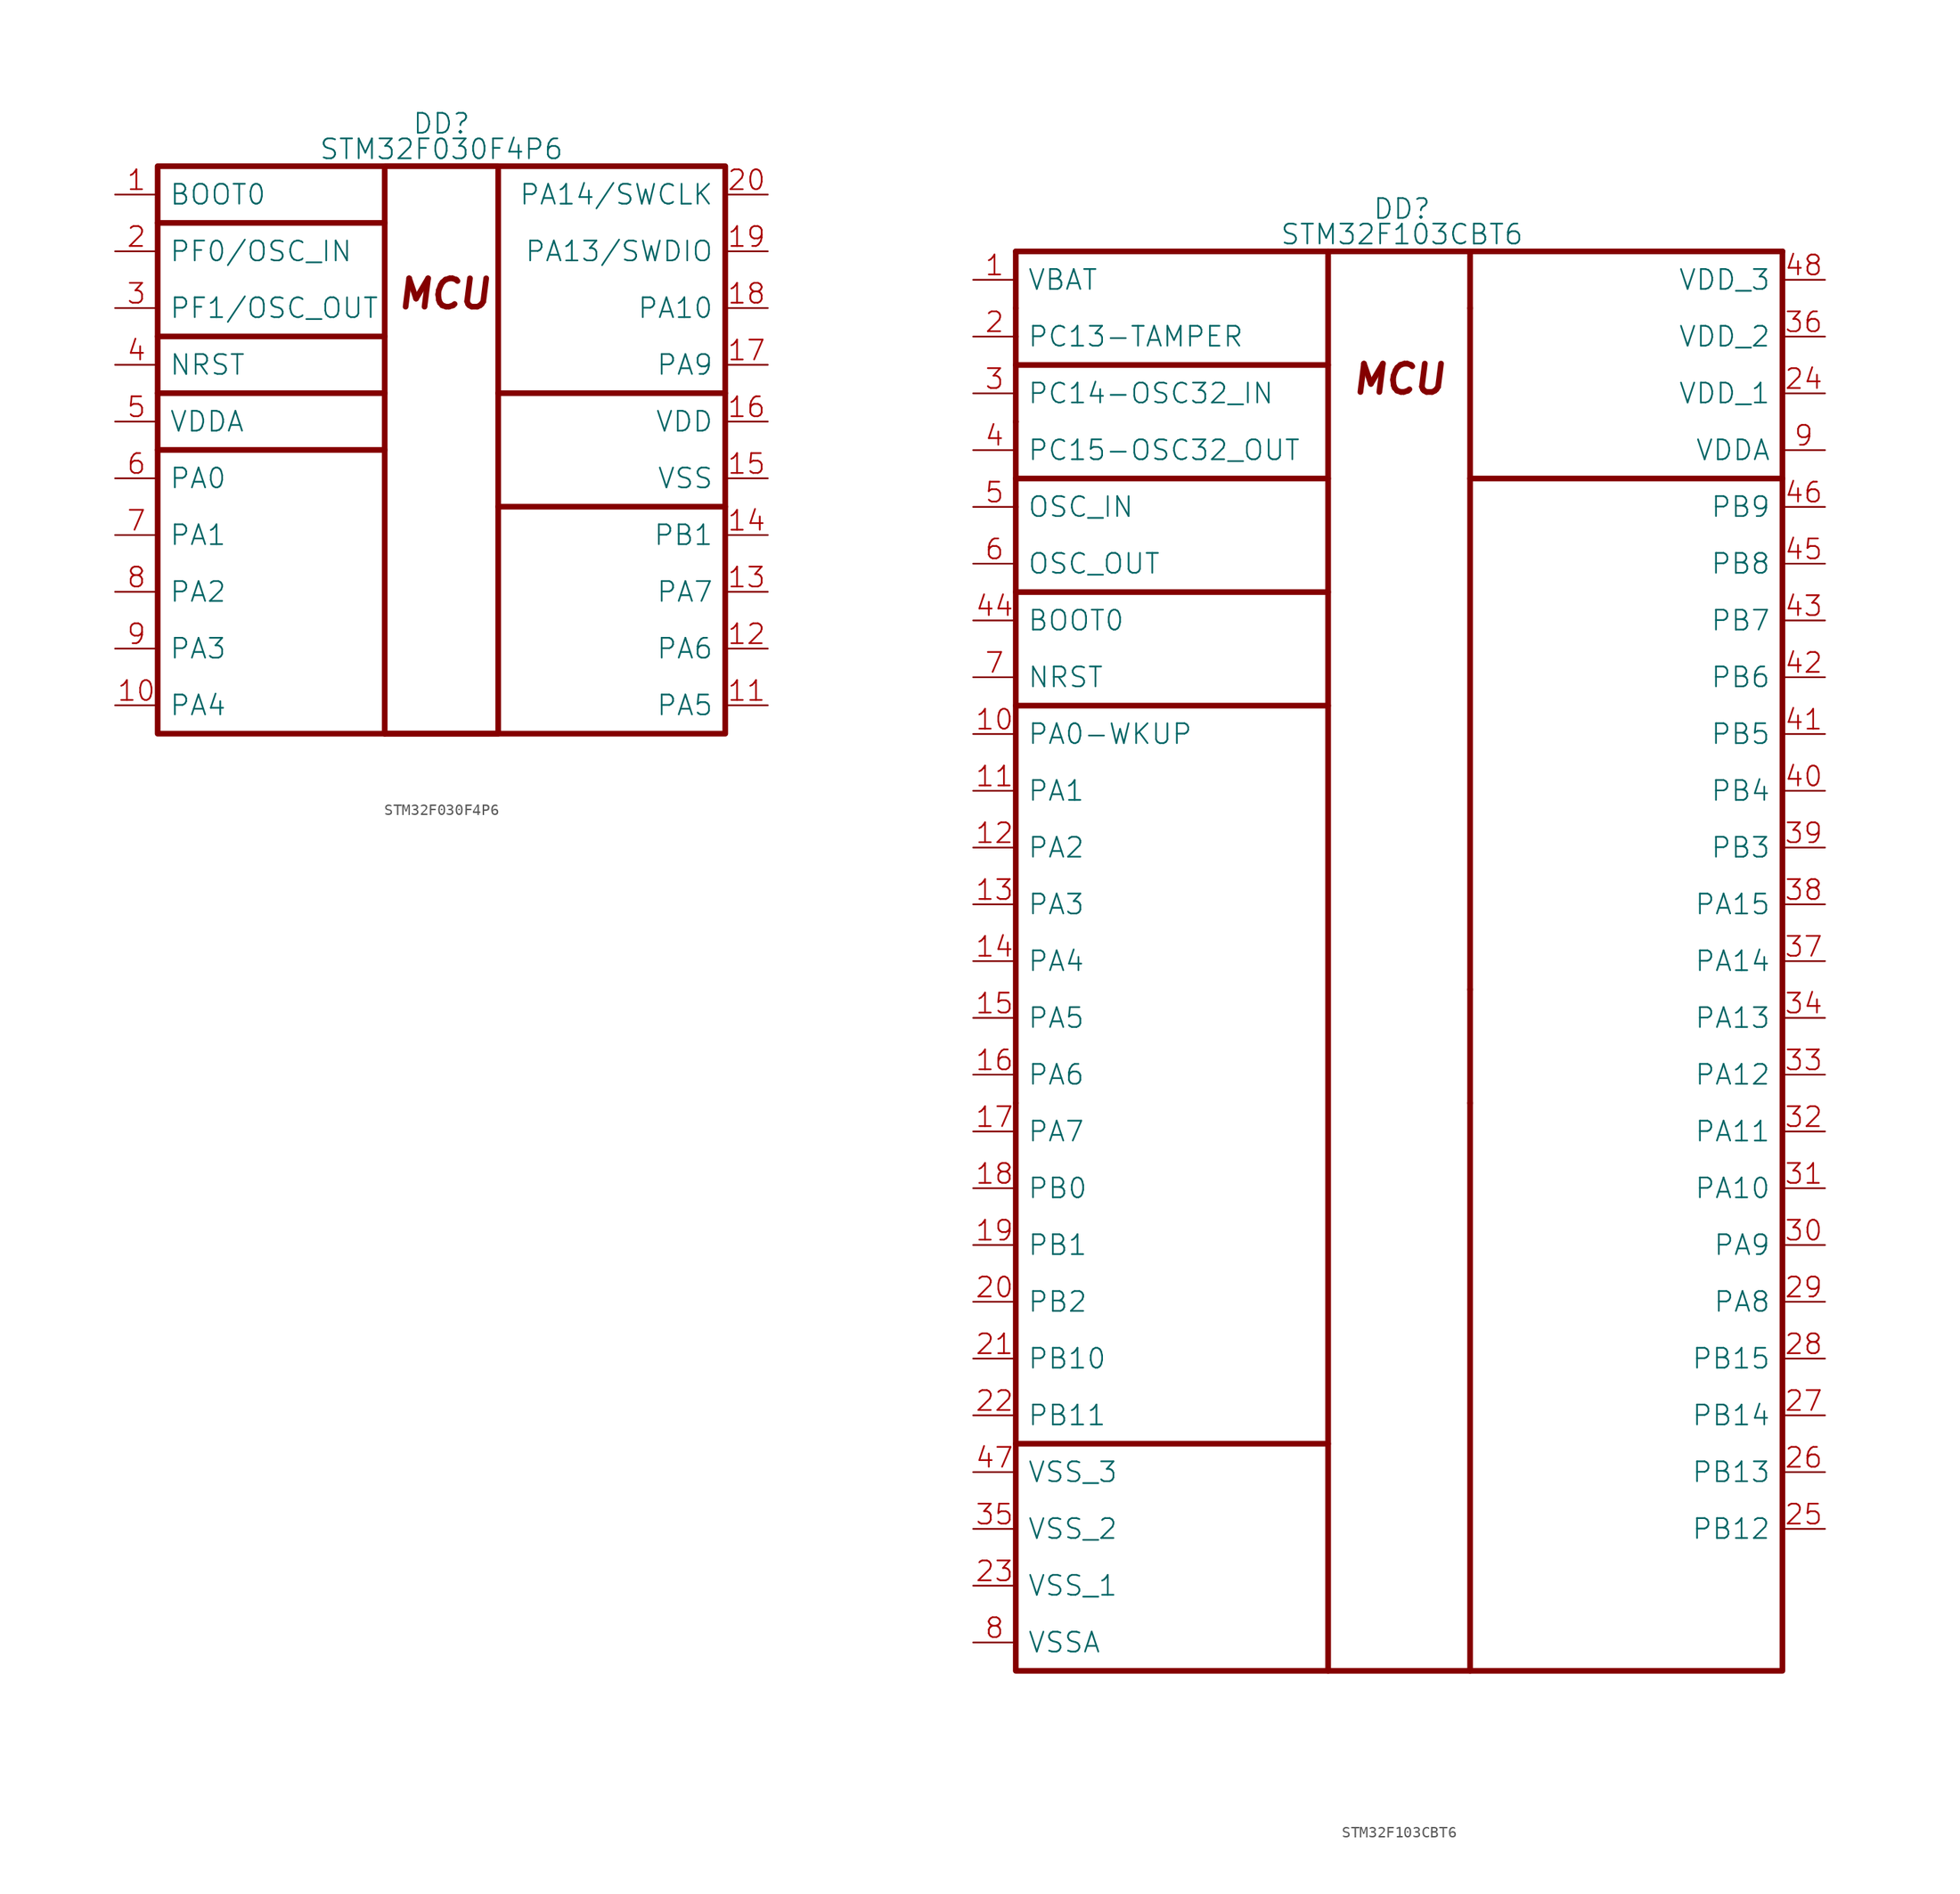
<source format=kicad_sym>
(kicad_symbol_lib
  (version 20211014)
  (generator kicad_symbol_editor)
  (symbol "STM32F030F4P6"
    (pin_names
      (offset 1.016))
    (property "Reference" "DD"
      (at 0 3.81 0)
      (effects (font (size 1.778 1.778))))
    (property "Value" "STM32F030F4P6"
      (at 0 1.524 0)
      (effects (font (size 1.778 1.778))))
    (symbol "STM32F030F4P6_0_1"
      (rectangle (start -25.4 0) (end 25.4 -50.8) (stroke (width 0.508) (type default) (color 0 0 0 0)) (fill (type none)))
      (rectangle (start -5.08 -50.8) (end -5.08 -50.8) (stroke (width 0.508) (type default) (color 0 0 0 0)) (fill (type none)))
      (polyline (pts (xy -25.4 -25.4) (xy -5.08 -25.4)) (stroke (width 0.508) (type default) (color 0 0 0 0)) (fill (type none)))
      (polyline (pts (xy -25.4 -15.24) (xy -5.08 -15.24)) (stroke (width 0.508) (type default) (color 0 0 0 0)) (fill (type none)))
      (polyline (pts (xy -25.4 -5.08) (xy -5.08 -5.08)) (stroke (width 0.508) (type default) (color 0 0 0 0)) (fill (type none)))
      (polyline (pts (xy -5.08 -20.32) (xy -25.4 -20.32)) (stroke (width 0.508) (type default) (color 0 0 0 0)) (fill (type none)))
      (polyline (pts (xy 25.4 -30.48) (xy 5.08 -30.48)) (stroke (width 0.508) (type default) (color 0 0 0 0)) (fill (type none)))
      (polyline (pts (xy 25.4 -20.32) (xy 5.08 -20.32)) (stroke (width 0.508) (type default) (color 0 0 0 0)) (fill (type none)))
      (rectangle (start 5.08 0) (end -5.08 -50.8) (stroke (width 0.508) (type default) (color 0 0 0 0)) (fill (type none)))
      (pin input line (at -29.21 -2.54 0) (length 3.81) (name "BOOT0" (effects (font (size 1.778 1.778)))) (number "1" (effects (font (size 1.778 1.778))))))
    (symbol "STM32F030F4P6_1_1"
      (text "MCU" (at 0.254 -11.43 0) (effects (font (size 2.54 2.54) bold italic)))
      (pin bidirectional line (at -29.21 -48.26 0) (length 3.81) (name "PA4" (effects (font (size 1.778 1.778)))) (number "10" (effects (font (size 1.778 1.778)))))
      (pin bidirectional line (at 29.21 -48.26 180) (length 3.81) (name "PA5" (effects (font (size 1.778 1.778)))) (number "11" (effects (font (size 1.778 1.778)))))
      (pin bidirectional line (at 29.21 -43.18 180) (length 3.81) (name "PA6" (effects (font (size 1.778 1.778)))) (number "12" (effects (font (size 1.778 1.778)))))
      (pin bidirectional line (at 29.21 -38.1 180) (length 3.81) (name "PA7" (effects (font (size 1.778 1.778)))) (number "13" (effects (font (size 1.778 1.778)))))
      (pin bidirectional line (at 29.21 -33.02 180) (length 3.81) (name "PB1" (effects (font (size 1.778 1.778)))) (number "14" (effects (font (size 1.778 1.778)))))
      (pin power_in line (at 29.21 -27.94 180) (length 3.81) (name "VSS" (effects (font (size 1.778 1.778)))) (number "15" (effects (font (size 1.778 1.778)))))
      (pin power_in line (at 29.21 -22.86 180) (length 3.81) (name "VDD" (effects (font (size 1.778 1.778)))) (number "16" (effects (font (size 1.778 1.778)))))
      (pin bidirectional line (at 29.21 -17.78 180) (length 3.81) (name "PA9" (effects (font (size 1.778 1.778)))) (number "17" (effects (font (size 1.778 1.778)))))
      (pin bidirectional line (at 29.21 -12.7 180) (length 3.81) (name "PA10" (effects (font (size 1.778 1.778)))) (number "18" (effects (font (size 1.778 1.778)))))
      (pin bidirectional line (at 29.21 -7.62 180) (length 3.81) (name "PA13/SWDIO" (effects (font (size 1.778 1.778)))) (number "19" (effects (font (size 1.778 1.778)))))
      (pin bidirectional line (at -29.21 -7.62 0) (length 3.81) (name "PF0/OSC_IN" (effects (font (size 1.778 1.778)))) (number "2" (effects (font (size 1.778 1.778)))))
      (pin bidirectional line (at 29.21 -2.54 180) (length 3.81) (name "PA14/SWCLK" (effects (font (size 1.778 1.778)))) (number "20" (effects (font (size 1.778 1.778)))))
      (pin bidirectional line (at -29.21 -12.7 0) (length 3.81) (name "PF1/OSC_OUT" (effects (font (size 1.778 1.778)))) (number "3" (effects (font (size 1.778 1.778)))))
      (pin input line (at -29.21 -17.78 0) (length 3.81) (name "NRST" (effects (font (size 1.778 1.778)))) (number "4" (effects (font (size 1.778 1.778)))))
      (pin power_in line (at -29.21 -22.86 0) (length 3.81) (name "VDDA" (effects (font (size 1.778 1.778)))) (number "5" (effects (font (size 1.778 1.778)))))
      (pin bidirectional line (at -29.21 -27.94 0) (length 3.81) (name "PA0" (effects (font (size 1.778 1.778)))) (number "6" (effects (font (size 1.778 1.778)))))
      (pin bidirectional line (at -29.21 -33.02 0) (length 3.81) (name "PA1" (effects (font (size 1.778 1.778)))) (number "7" (effects (font (size 1.778 1.778)))))
      (pin bidirectional line (at -29.21 -38.1 0) (length 3.81) (name "PA2" (effects (font (size 1.778 1.778)))) (number "8" (effects (font (size 1.778 1.778)))))
      (pin bidirectional line (at -29.21 -43.18 0) (length 3.81) (name "PA3" (effects (font (size 1.778 1.778)))) (number "9" (effects (font (size 1.778 1.778)))))))
  (symbol "STM32F103CBT6"
    (pin_names
      (offset 1.016))
    (property "Reference" "DD"
      (at 81.534 41.91 0)
      (effects (font (size 1.778 1.778))))
    (property "Value" "STM32F103CBT6"
      (at 81.534 39.624 0)
      (effects (font (size 1.778 1.778))))
    (symbol "STM32F103CBT6_0_1"
      (polyline (pts (xy 46.99 -38.1) (xy 46.99 22.86)) (stroke (width 0.508) (type default) (color 0 0 0 0)) (fill (type none)))
      (polyline (pts (xy 46.99 -2.54) (xy 74.93 -2.54)) (stroke (width 0.508) (type default) (color 0 0 0 0)) (fill (type none)))
      (polyline (pts (xy 46.99 7.62) (xy 74.93 7.62)) (stroke (width 0.508) (type default) (color 0 0 0 0)) (fill (type none)))
      (polyline (pts (xy 46.99 15.24) (xy 46.99 15.24)) (stroke (width 0.508) (type default) (color 0 0 0 0)) (fill (type none)))
      (polyline (pts (xy 46.99 22.86) (xy 46.99 22.86)) (stroke (width 0.508) (type default) (color 0 0 0 0)) (fill (type none)))
      (polyline (pts (xy 46.99 22.86) (xy 46.99 33.02)) (stroke (width 0.508) (type default) (color 0 0 0 0)) (fill (type none)))
      (polyline (pts (xy 46.99 27.94) (xy 74.93 27.94)) (stroke (width 0.508) (type default) (color 0 0 0 0)) (fill (type none)))
      (polyline (pts (xy 46.99 30.48) (xy 46.99 30.48)) (stroke (width 0.508) (type default) (color 0 0 0 0)) (fill (type none)))
      (polyline (pts (xy 46.99 33.02) (xy 46.99 33.02)) (stroke (width 0) (type default) (color 0 0 0 0)) (fill (type none)))
      (polyline (pts (xy 46.99 38.1) (xy 46.99 33.02)) (stroke (width 0.508) (type default) (color 0 0 0 0)) (fill (type none)))
      (polyline (pts (xy 74.93 17.78) (xy 46.99 17.78)) (stroke (width 0.508) (type default) (color 0 0 0 0)) (fill (type none)))
      (polyline (pts (xy 87.63 -27.94) (xy 87.63 -38.1)) (stroke (width 0.508) (type default) (color 0 0 0 0)) (fill (type none)))
      (polyline (pts (xy 87.63 33.02) (xy 87.63 38.1)) (stroke (width 0.508) (type default) (color 0 0 0 0)) (fill (type none)))
      (polyline (pts (xy 115.57 17.78) (xy 87.63 17.78)) (stroke (width 0.508) (type default) (color 0 0 0 0)) (fill (type none)))
      (polyline (pts (xy 115.57 38.1) (xy 46.99 38.1)) (stroke (width 0.508) (type default) (color 0 0 0 0)) (fill (type none)))
      (polyline (pts (xy 115.57 38.1) (xy 115.57 38.1)) (stroke (width 0.508) (type default) (color 0 0 0 0)) (fill (type none)))
      (pin input line (at 43.18 35.56 0) (length 3.81) (name "VBAT" (effects (font (size 1.778 1.778)))) (number "1" (effects (font (size 1.778 1.778))))))
    (symbol "STM32F103CBT6_1_1"
      (polyline (pts (xy 46.99 -68.58) (xy 74.93 -68.58)) (stroke (width 0.508) (type default) (color 0 0 0 0)) (fill (type none)))
      (polyline (pts (xy 74.93 38.1) (xy 74.93 -88.9)) (stroke (width 0.508) (type default) (color 0 0 0 0)) (fill (type none)))
      (polyline (pts (xy 74.93 38.1) (xy 74.93 38.1)) (stroke (width 0.508) (type default) (color 0 0 0 0)) (fill (type none)))
      (polyline (pts (xy 87.63 -38.1) (xy 87.63 -88.9)) (stroke (width 0.508) (type default) (color 0 0 0 0)) (fill (type none)))
      (polyline (pts (xy 87.63 33.02) (xy 87.63 -27.94)) (stroke (width 0.508) (type default) (color 0 0 0 0)) (fill (type none)))
      (polyline (pts (xy 46.99 -38.1) (xy 46.99 -88.9) (xy 115.57 -88.9) (xy 115.57 38.1)) (stroke (width 0.508) (type default) (color 0 0 0 0)) (fill (type none)))
      (text "MCU" (at 81.28 26.67 0) (effects (font (size 2.54 2.54) bold italic)))
      (pin input line (at 43.18 -5.08 0) (length 3.81) (name "PA0-WKUP" (effects (font (size 1.778 1.778)))) (number "10" (effects (font (size 1.778 1.778)))))
      (pin input line (at 43.18 -10.16 0) (length 3.81) (name "PA1" (effects (font (size 1.778 1.778)))) (number "11" (effects (font (size 1.778 1.778)))))
      (pin input line (at 43.18 -15.24 0) (length 3.81) (name "PA2" (effects (font (size 1.778 1.778)))) (number "12" (effects (font (size 1.778 1.778)))))
      (pin input line (at 43.18 -20.32 0) (length 3.81) (name "PA3" (effects (font (size 1.778 1.778)))) (number "13" (effects (font (size 1.778 1.778)))))
      (pin input line (at 43.18 -25.4 0) (length 3.81) (name "PA4" (effects (font (size 1.778 1.778)))) (number "14" (effects (font (size 1.778 1.778)))))
      (pin input line (at 43.18 -30.48 0) (length 3.81) (name "PA5" (effects (font (size 1.778 1.778)))) (number "15" (effects (font (size 1.778 1.778)))))
      (pin input line (at 43.18 -35.56 0) (length 3.81) (name "PA6" (effects (font (size 1.778 1.778)))) (number "16" (effects (font (size 1.778 1.778)))))
      (pin input line (at 43.18 -40.64 0) (length 3.81) (name "PA7" (effects (font (size 1.778 1.778)))) (number "17" (effects (font (size 1.778 1.778)))))
      (pin input line (at 43.18 -45.72 0) (length 3.81) (name "PB0" (effects (font (size 1.778 1.778)))) (number "18" (effects (font (size 1.778 1.778)))))
      (pin input line (at 43.18 -50.8 0) (length 3.81) (name "PB1" (effects (font (size 1.778 1.778)))) (number "19" (effects (font (size 1.778 1.778)))))
      (pin input line (at 43.18 30.48 0) (length 3.81) (name "PC13-TAMPER" (effects (font (size 1.778 1.778)))) (number "2" (effects (font (size 1.778 1.778)))))
      (pin input line (at 43.18 -55.88 0) (length 3.81) (name "PB2" (effects (font (size 1.778 1.778)))) (number "20" (effects (font (size 1.778 1.778)))))
      (pin input line (at 43.18 -60.96 0) (length 3.81) (name "PB10" (effects (font (size 1.778 1.778)))) (number "21" (effects (font (size 1.778 1.778)))))
      (pin input line (at 43.18 -66.04 0) (length 3.81) (name "PB11" (effects (font (size 1.778 1.778)))) (number "22" (effects (font (size 1.778 1.778)))))
      (pin power_in line (at 43.18 -81.28 0) (length 3.81) (name "VSS_1" (effects (font (size 1.778 1.778)))) (number "23" (effects (font (size 1.778 1.778)))))
      (pin power_in line (at 119.38 25.4 180) (length 3.81) (name "VDD_1" (effects (font (size 1.778 1.778)))) (number "24" (effects (font (size 1.778 1.778)))))
      (pin input line (at 119.38 -76.2 180) (length 3.81) (name "PB12" (effects (font (size 1.778 1.778)))) (number "25" (effects (font (size 1.778 1.778)))))
      (pin input line (at 119.38 -71.12 180) (length 3.81) (name "PB13" (effects (font (size 1.778 1.778)))) (number "26" (effects (font (size 1.778 1.778)))))
      (pin input line (at 119.38 -66.04 180) (length 3.81) (name "PB14" (effects (font (size 1.778 1.778)))) (number "27" (effects (font (size 1.778 1.778)))))
      (pin input line (at 119.38 -60.96 180) (length 3.81) (name "PB15" (effects (font (size 1.778 1.778)))) (number "28" (effects (font (size 1.778 1.778)))))
      (pin input line (at 119.38 -55.88 180) (length 3.81) (name "PA8" (effects (font (size 1.778 1.778)))) (number "29" (effects (font (size 1.778 1.778)))))
      (pin input line (at 43.18 25.4 0) (length 3.81) (name "PC14-OSC32_IN" (effects (font (size 1.778 1.778)))) (number "3" (effects (font (size 1.778 1.778)))))
      (pin input line (at 119.38 -50.8 180) (length 3.81) (name "PA9" (effects (font (size 1.778 1.778)))) (number "30" (effects (font (size 1.778 1.778)))))
      (pin input line (at 119.38 -45.72 180) (length 3.81) (name "PA10" (effects (font (size 1.778 1.778)))) (number "31" (effects (font (size 1.778 1.778)))))
      (pin input line (at 119.38 -40.64 180) (length 3.81) (name "PA11" (effects (font (size 1.778 1.778)))) (number "32" (effects (font (size 1.778 1.778)))))
      (pin input line (at 119.38 -35.56 180) (length 3.81) (name "PA12" (effects (font (size 1.778 1.778)))) (number "33" (effects (font (size 1.778 1.778)))))
      (pin input line (at 119.38 -30.48 180) (length 3.81) (name "PA13" (effects (font (size 1.778 1.778)))) (number "34" (effects (font (size 1.778 1.778)))))
      (pin power_in line (at 43.18 -76.2 0) (length 3.81) (name "VSS_2" (effects (font (size 1.778 1.778)))) (number "35" (effects (font (size 1.778 1.778)))))
      (pin power_in line (at 119.38 30.48 180) (length 3.81) (name "VDD_2" (effects (font (size 1.778 1.778)))) (number "36" (effects (font (size 1.778 1.778)))))
      (pin input line (at 119.38 -25.4 180) (length 3.81) (name "PA14" (effects (font (size 1.778 1.778)))) (number "37" (effects (font (size 1.778 1.778)))))
      (pin input line (at 119.38 -20.32 180) (length 3.81) (name "PA15" (effects (font (size 1.778 1.778)))) (number "38" (effects (font (size 1.778 1.778)))))
      (pin input line (at 119.38 -15.24 180) (length 3.81) (name "PB3" (effects (font (size 1.778 1.778)))) (number "39" (effects (font (size 1.778 1.778)))))
      (pin output line (at 43.18 20.32 0) (length 3.81) (name "PC15-OSC32_OUT" (effects (font (size 1.778 1.778)))) (number "4" (effects (font (size 1.778 1.778)))))
      (pin input line (at 119.38 -10.16 180) (length 3.81) (name "PB4" (effects (font (size 1.778 1.778)))) (number "40" (effects (font (size 1.778 1.778)))))
      (pin input line (at 119.38 -5.08 180) (length 3.81) (name "PB5" (effects (font (size 1.778 1.778)))) (number "41" (effects (font (size 1.778 1.778)))))
      (pin input line (at 119.38 0 180) (length 3.81) (name "PB6" (effects (font (size 1.778 1.778)))) (number "42" (effects (font (size 1.778 1.778)))))
      (pin input line (at 119.38 5.08 180) (length 3.81) (name "PB7" (effects (font (size 1.778 1.778)))) (number "43" (effects (font (size 1.778 1.778)))))
      (pin input line (at 43.18 5.08 0) (length 3.81) (name "BOOT0" (effects (font (size 1.778 1.778)))) (number "44" (effects (font (size 1.778 1.778)))))
      (pin input line (at 119.38 10.16 180) (length 3.81) (name "PB8" (effects (font (size 1.778 1.778)))) (number "45" (effects (font (size 1.778 1.778)))))
      (pin input line (at 119.38 15.24 180) (length 3.81) (name "PB9" (effects (font (size 1.778 1.778)))) (number "46" (effects (font (size 1.778 1.778)))))
      (pin power_in line (at 43.18 -71.12 0) (length 3.81) (name "VSS_3" (effects (font (size 1.778 1.778)))) (number "47" (effects (font (size 1.778 1.778)))))
      (pin power_in line (at 119.38 35.56 180) (length 3.81) (name "VDD_3" (effects (font (size 1.778 1.778)))) (number "48" (effects (font (size 1.778 1.778)))))
      (pin input line (at 43.18 15.24 0) (length 3.81) (name "OSC_IN" (effects (font (size 1.778 1.778)))) (number "5" (effects (font (size 1.778 1.778)))))
      (pin output line (at 43.18 10.16 0) (length 3.81) (name "OSC_OUT" (effects (font (size 1.778 1.778)))) (number "6" (effects (font (size 1.778 1.778)))))
      (pin input line (at 43.18 0 0) (length 3.81) (name "NRST" (effects (font (size 1.778 1.778)))) (number "7" (effects (font (size 1.778 1.778)))))
      (pin power_in line (at 43.18 -86.36 0) (length 3.81) (name "VSSA" (effects (font (size 1.778 1.778)))) (number "8" (effects (font (size 1.778 1.778)))))
      (pin power_in line (at 119.38 20.32 180) (length 3.81) (name "VDDA" (effects (font (size 1.778 1.778)))) (number "9" (effects (font (size 1.778 1.778))))))))
</source>
